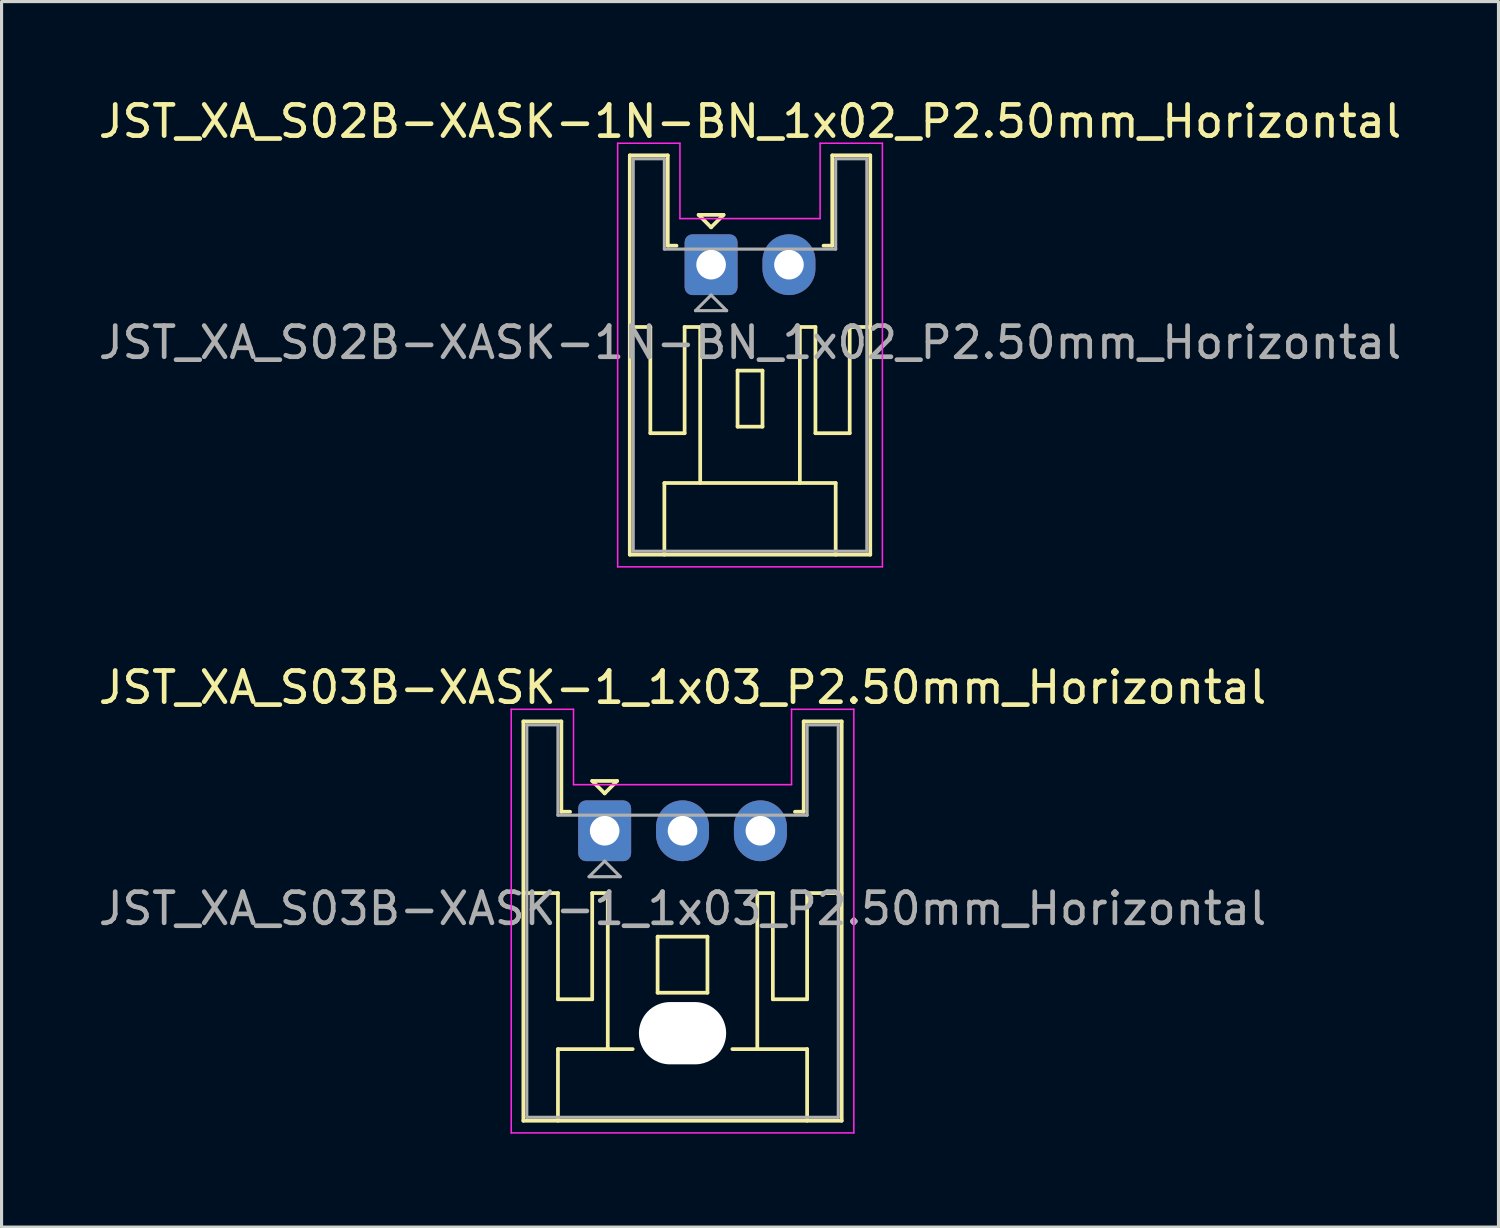
<source format=kicad_pcb>
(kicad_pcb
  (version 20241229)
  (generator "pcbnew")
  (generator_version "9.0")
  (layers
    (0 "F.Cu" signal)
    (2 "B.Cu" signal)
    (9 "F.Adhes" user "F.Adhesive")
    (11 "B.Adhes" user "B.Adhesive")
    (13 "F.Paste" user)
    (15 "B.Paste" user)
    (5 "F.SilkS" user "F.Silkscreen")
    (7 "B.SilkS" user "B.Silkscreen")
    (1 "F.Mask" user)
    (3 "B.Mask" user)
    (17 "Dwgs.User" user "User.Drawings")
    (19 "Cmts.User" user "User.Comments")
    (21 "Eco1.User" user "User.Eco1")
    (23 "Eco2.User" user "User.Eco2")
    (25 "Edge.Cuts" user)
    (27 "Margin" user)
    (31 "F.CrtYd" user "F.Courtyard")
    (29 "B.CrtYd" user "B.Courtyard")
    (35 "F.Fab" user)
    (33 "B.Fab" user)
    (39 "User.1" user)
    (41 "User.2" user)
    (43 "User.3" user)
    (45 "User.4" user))
  (footprint "JST_XA_S03B-XASK-1_1x03_P2.50mm_Horizontal"
    (layer "F.Cu")
    (at 16.363 23.622)
    (property "Reference" "JST_XA_S03B-XASK-1_1x03_P2.50mm_Horizontal" (at 2.5 -4.6 0) (layer "F.SilkS") (effects (font (size 1 1) (thickness 0.15))))
    (attr through_hole)
    (fp_line (start -2.61 -3.51) (end -2.61 9.31) (stroke (width 0.12) (type solid)) (layer "F.SilkS"))
    (fp_line (start -2.61 9.31) (end 7.61 9.31) (stroke (width 0.12) (type solid)) (layer "F.SilkS"))
    (fp_line (start -1.5 2) (end -2.61 2) (stroke (width 0.12) (type solid)) (layer "F.SilkS"))
    (fp_line (start -1.5 5.41) (end -1.5 2) (stroke (width 0.12) (type solid)) (layer "F.SilkS"))
    (fp_line (start -1.5 7.01) (end 0.9 7.01) (stroke (width 0.12) (type solid)) (layer "F.SilkS"))
    (fp_line (start -1.5 9.31) (end -1.5 7.01) (stroke (width 0.12) (type solid)) (layer "F.SilkS"))
    (fp_line (start -1.39 -3.51) (end -2.61 -3.51) (stroke (width 0.12) (type solid)) (layer "F.SilkS"))
    (fp_line (start -1.39 -0.61) (end -1.39 -3.51) (stroke (width 0.12) (type solid)) (layer "F.SilkS"))
    (fp_line (start -1.11 -0.61) (end -1.39 -0.61) (stroke (width 0.12) (type solid)) (layer "F.SilkS"))
    (fp_line (start -0.4 -1.6) (end 0.4 -1.6) (stroke (width 0.12) (type solid)) (layer "F.SilkS"))
    (fp_line (start -0.4 2) (end -0.4 5.41) (stroke (width 0.12) (type solid)) (layer "F.SilkS"))
    (fp_line (start -0.4 5.41) (end -1.5 5.41) (stroke (width 0.12) (type solid)) (layer "F.SilkS"))
    (fp_line (start 0 -1.2) (end -0.4 -1.6) (stroke (width 0.12) (type solid)) (layer "F.SilkS"))
    (fp_line (start 0.1 2) (end -0.4 2) (stroke (width 0.12) (type solid)) (layer "F.SilkS"))
    (fp_line (start 0.1 7.01) (end 0.1 2) (stroke (width 0.12) (type solid)) (layer "F.SilkS"))
    (fp_line (start 0.4 -1.6) (end 0 -1.2) (stroke (width 0.12) (type solid)) (layer "F.SilkS"))
    (fp_line (start 1.7 3.4) (end 3.3 3.4) (stroke (width 0.12) (type solid)) (layer "F.SilkS"))
    (fp_line (start 1.7 5.2) (end 1.7 3.4) (stroke (width 0.12) (type solid)) (layer "F.SilkS"))
    (fp_line (start 3.3 3.4) (end 3.3 5.2) (stroke (width 0.12) (type solid)) (layer "F.SilkS"))
    (fp_line (start 3.3 5.2) (end 1.7 5.2) (stroke (width 0.12) (type solid)) (layer "F.SilkS"))
    (fp_line (start 4.1 7.01) (end 6.5 7.01) (stroke (width 0.12) (type solid)) (layer "F.SilkS"))
    (fp_line (start 4.9 2) (end 5.4 2) (stroke (width 0.12) (type solid)) (layer "F.SilkS"))
    (fp_line (start 4.9 7.01) (end 4.9 2) (stroke (width 0.12) (type solid)) (layer "F.SilkS"))
    (fp_line (start 5.4 2) (end 5.4 5.41) (stroke (width 0.12) (type solid)) (layer "F.SilkS"))
    (fp_line (start 5.4 5.41) (end 6.5 5.41) (stroke (width 0.12) (type solid)) (layer "F.SilkS"))
    (fp_line (start 6.39 -3.51) (end 6.39 -0.61) (stroke (width 0.12) (type solid)) (layer "F.SilkS"))
    (fp_line (start 6.39 -0.61) (end 6.11 -0.61) (stroke (width 0.12) (type solid)) (layer "F.SilkS"))
    (fp_line (start 6.5 2) (end 7.61 2) (stroke (width 0.12) (type solid)) (layer "F.SilkS"))
    (fp_line (start 6.5 5.41) (end 6.5 2) (stroke (width 0.12) (type solid)) (layer "F.SilkS"))
    (fp_line (start 6.5 7.01) (end 6.5 9.31) (stroke (width 0.12) (type solid)) (layer "F.SilkS"))
    (fp_line (start 7.61 -3.51) (end 6.39 -3.51) (stroke (width 0.12) (type solid)) (layer "F.SilkS"))
    (fp_line (start 7.61 9.31) (end 7.61 -3.51) (stroke (width 0.12) (type solid)) (layer "F.SilkS"))
    (fp_line (start -3 -3.9) (end -1 -3.9) (stroke (width 0.05) (type solid)) (layer "F.CrtYd"))
    (fp_line (start -3 9.7) (end -3 -3.9) (stroke (width 0.05) (type solid)) (layer "F.CrtYd"))
    (fp_line (start -1 -3.9) (end -1 -1.48) (stroke (width 0.05) (type solid)) (layer "F.CrtYd"))
    (fp_line (start -1 -1.48) (end 6 -1.48) (stroke (width 0.05) (type solid)) (layer "F.CrtYd"))
    (fp_line (start 6 -3.9) (end 8 -3.9) (stroke (width 0.05) (type solid)) (layer "F.CrtYd"))
    (fp_line (start 6 -1.48) (end 6 -3.9) (stroke (width 0.05) (type solid)) (layer "F.CrtYd"))
    (fp_line (start 8 -3.9) (end 8 9.7) (stroke (width 0.05) (type solid)) (layer "F.CrtYd"))
    (fp_line (start 8 9.7) (end -3 9.7) (stroke (width 0.05) (type solid)) (layer "F.CrtYd"))
    (fp_line (start -2.5 -3.4) (end -2.5 9.2) (stroke (width 0.1) (type solid)) (layer "F.Fab"))
    (fp_line (start -2.5 9.2) (end 7.5 9.2) (stroke (width 0.1) (type solid)) (layer "F.Fab"))
    (fp_line (start -1.5 -3.4) (end -2.5 -3.4) (stroke (width 0.1) (type solid)) (layer "F.Fab"))
    (fp_line (start -1.5 -0.5) (end -1.5 -3.4) (stroke (width 0.1) (type solid)) (layer "F.Fab"))
    (fp_line (start -0.5 1.475) (end 0.5 1.475) (stroke (width 0.1) (type solid)) (layer "F.Fab"))
    (fp_line (start 0 0.975) (end -0.5 1.475) (stroke (width 0.1) (type solid)) (layer "F.Fab"))
    (fp_line (start 0.5 1.475) (end 0 0.975) (stroke (width 0.1) (type solid)) (layer "F.Fab"))
    (fp_line (start 6.5 -3.4) (end 6.5 -0.5) (stroke (width 0.1) (type solid)) (layer "F.Fab"))
    (fp_line (start 6.5 -0.5) (end -1.5 -0.5) (stroke (width 0.1) (type solid)) (layer "F.Fab"))
    (fp_line (start 7.5 -3.4) (end 6.5 -3.4) (stroke (width 0.1) (type solid)) (layer "F.Fab"))
    (fp_line (start 7.5 9.2) (end 7.5 -3.4) (stroke (width 0.1) (type solid)) (layer "F.Fab"))
    (fp_text user "${REFERENCE}" (at 2.5 2.5 0) (layer "F.Fab") (effects (font (size 1 1) (thickness 0.15))))
    (pad "" np_thru_hole oval (at 2.5 6.5) (size 2.8 2) (drill oval 2.8 2) (layers "*.Cu" "*.Mask"))
    (pad "1" thru_hole roundrect (at 0 0) (size 1.7 1.95) (drill 0.95) (layers "*.Cu" "*.Mask") (roundrect_rratio 0.147))
    (pad "2" thru_hole oval (at 2.5 0) (size 1.7 1.95) (drill 0.95) (layers "*.Cu" "*.Mask"))
    (pad "3" thru_hole oval (at 5 0) (size 1.7 1.95) (drill 0.95) (layers "*.Cu" "*.Mask")))
  (footprint "JST_XA_S02B-XASK-1N-BN_1x02_P2.50mm_Horizontal"
    (layer "F.Cu")
    (at 19.78 5.448)
    (property "Reference" "JST_XA_S02B-XASK-1N-BN_1x02_P2.50mm_Horizontal" (at 1.25 -4.6 0) (layer "F.SilkS") (effects (font (size 1 1) (thickness 0.15))))
    (attr through_hole)
    (fp_line (start -2.61 -3.51) (end -2.61 9.31) (stroke (width 0.12) (type solid)) (layer "F.SilkS"))
    (fp_line (start -2.61 9.31) (end 5.11 9.31) (stroke (width 0.12) (type solid)) (layer "F.SilkS"))
    (fp_line (start -1.95 2) (end -2.61 2) (stroke (width 0.12) (type solid)) (layer "F.SilkS"))
    (fp_line (start -1.95 5.41) (end -1.95 2) (stroke (width 0.12) (type solid)) (layer "F.SilkS"))
    (fp_line (start -1.5 7.01) (end 4 7.01) (stroke (width 0.12) (type solid)) (layer "F.SilkS"))
    (fp_line (start -1.5 9.31) (end -1.5 7.01) (stroke (width 0.12) (type solid)) (layer "F.SilkS"))
    (fp_line (start -1.39 -3.51) (end -2.61 -3.51) (stroke (width 0.12) (type solid)) (layer "F.SilkS"))
    (fp_line (start -1.39 -0.61) (end -1.39 -3.51) (stroke (width 0.12) (type solid)) (layer "F.SilkS"))
    (fp_line (start -1.11 -0.61) (end -1.39 -0.61) (stroke (width 0.12) (type solid)) (layer "F.SilkS"))
    (fp_line (start -0.85 2) (end -0.85 5.41) (stroke (width 0.12) (type solid)) (layer "F.SilkS"))
    (fp_line (start -0.85 5.41) (end -1.95 5.41) (stroke (width 0.12) (type solid)) (layer "F.SilkS"))
    (fp_line (start -0.4 -1.6) (end 0.4 -1.6) (stroke (width 0.12) (type solid)) (layer "F.SilkS"))
    (fp_line (start -0.35 2) (end -0.85 2) (stroke (width 0.12) (type solid)) (layer "F.SilkS"))
    (fp_line (start -0.35 7.01) (end -0.35 2) (stroke (width 0.12) (type solid)) (layer "F.SilkS"))
    (fp_line (start 0 -1.2) (end -0.4 -1.6) (stroke (width 0.12) (type solid)) (layer "F.SilkS"))
    (fp_line (start 0.4 -1.6) (end 0 -1.2) (stroke (width 0.12) (type solid)) (layer "F.SilkS"))
    (fp_line (start 0.85 3.4) (end 1.65 3.4) (stroke (width 0.12) (type solid)) (layer "F.SilkS"))
    (fp_line (start 0.85 5.2) (end 0.85 3.4) (stroke (width 0.12) (type solid)) (layer "F.SilkS"))
    (fp_line (start 1.65 3.4) (end 1.65 5.2) (stroke (width 0.12) (type solid)) (layer "F.SilkS"))
    (fp_line (start 1.65 5.2) (end 0.85 5.2) (stroke (width 0.12) (type solid)) (layer "F.SilkS"))
    (fp_line (start 2.85 2) (end 3.35 2) (stroke (width 0.12) (type solid)) (layer "F.SilkS"))
    (fp_line (start 2.85 7.01) (end 2.85 2) (stroke (width 0.12) (type solid)) (layer "F.SilkS"))
    (fp_line (start 3.35 2) (end 3.35 5.41) (stroke (width 0.12) (type solid)) (layer "F.SilkS"))
    (fp_line (start 3.35 5.41) (end 4.45 5.41) (stroke (width 0.12) (type solid)) (layer "F.SilkS"))
    (fp_line (start 3.89 -3.51) (end 3.89 -0.61) (stroke (width 0.12) (type solid)) (layer "F.SilkS"))
    (fp_line (start 3.89 -0.61) (end 3.61 -0.61) (stroke (width 0.12) (type solid)) (layer "F.SilkS"))
    (fp_line (start 4 7.01) (end 4 9.31) (stroke (width 0.12) (type solid)) (layer "F.SilkS"))
    (fp_line (start 4.45 2) (end 5.11 2) (stroke (width 0.12) (type solid)) (layer "F.SilkS"))
    (fp_line (start 4.45 5.41) (end 4.45 2) (stroke (width 0.12) (type solid)) (layer "F.SilkS"))
    (fp_line (start 5.11 -3.51) (end 3.89 -3.51) (stroke (width 0.12) (type solid)) (layer "F.SilkS"))
    (fp_line (start 5.11 9.31) (end 5.11 -3.51) (stroke (width 0.12) (type solid)) (layer "F.SilkS"))
    (fp_line (start -3 -3.9) (end -1 -3.9) (stroke (width 0.05) (type solid)) (layer "F.CrtYd"))
    (fp_line (start -3 9.7) (end -3 -3.9) (stroke (width 0.05) (type solid)) (layer "F.CrtYd"))
    (fp_line (start -1 -3.9) (end -1 -1.48) (stroke (width 0.05) (type solid)) (layer "F.CrtYd"))
    (fp_line (start -1 -1.48) (end 3.5 -1.48) (stroke (width 0.05) (type solid)) (layer "F.CrtYd"))
    (fp_line (start 3.5 -3.9) (end 5.5 -3.9) (stroke (width 0.05) (type solid)) (layer "F.CrtYd"))
    (fp_line (start 3.5 -1.48) (end 3.5 -3.9) (stroke (width 0.05) (type solid)) (layer "F.CrtYd"))
    (fp_line (start 5.5 -3.9) (end 5.5 9.7) (stroke (width 0.05) (type solid)) (layer "F.CrtYd"))
    (fp_line (start 5.5 9.7) (end -3 9.7) (stroke (width 0.05) (type solid)) (layer "F.CrtYd"))
    (fp_line (start -2.5 -3.4) (end -2.5 9.2) (stroke (width 0.1) (type solid)) (layer "F.Fab"))
    (fp_line (start -2.5 9.2) (end 5 9.2) (stroke (width 0.1) (type solid)) (layer "F.Fab"))
    (fp_line (start -1.5 -3.4) (end -2.5 -3.4) (stroke (width 0.1) (type solid)) (layer "F.Fab"))
    (fp_line (start -1.5 -0.5) (end -1.5 -3.4) (stroke (width 0.1) (type solid)) (layer "F.Fab"))
    (fp_line (start -0.5 1.475) (end 0.5 1.475) (stroke (width 0.1) (type solid)) (layer "F.Fab"))
    (fp_line (start 0 0.975) (end -0.5 1.475) (stroke (width 0.1) (type solid)) (layer "F.Fab"))
    (fp_line (start 0.5 1.475) (end 0 0.975) (stroke (width 0.1) (type solid)) (layer "F.Fab"))
    (fp_line (start 4 -3.4) (end 4 -0.5) (stroke (width 0.1) (type solid)) (layer "F.Fab"))
    (fp_line (start 4 -0.5) (end -1.5 -0.5) (stroke (width 0.1) (type solid)) (layer "F.Fab"))
    (fp_line (start 5 -3.4) (end 4 -3.4) (stroke (width 0.1) (type solid)) (layer "F.Fab"))
    (fp_line (start 5 9.2) (end 5 -3.4) (stroke (width 0.1) (type solid)) (layer "F.Fab"))
    (fp_text user "${REFERENCE}" (at 1.25 2.5 0) (layer "F.Fab") (effects (font (size 1 1) (thickness 0.15))))
    (pad "1" thru_hole roundrect (at 0 0) (size 1.7 1.95) (drill 0.95) (layers "*.Cu" "*.Mask") (roundrect_rratio 0.147))
    (pad "2" thru_hole oval (at 2.5 0) (size 1.7 1.95) (drill 0.95) (layers "*.Cu" "*.Mask")))
  (gr_rect
    (start -3 -3)
    (end 45.06 36.346)
    (stroke (width 0.1) (type default))
    (fill no)
    (layer "Edge.Cuts")))
</source>
